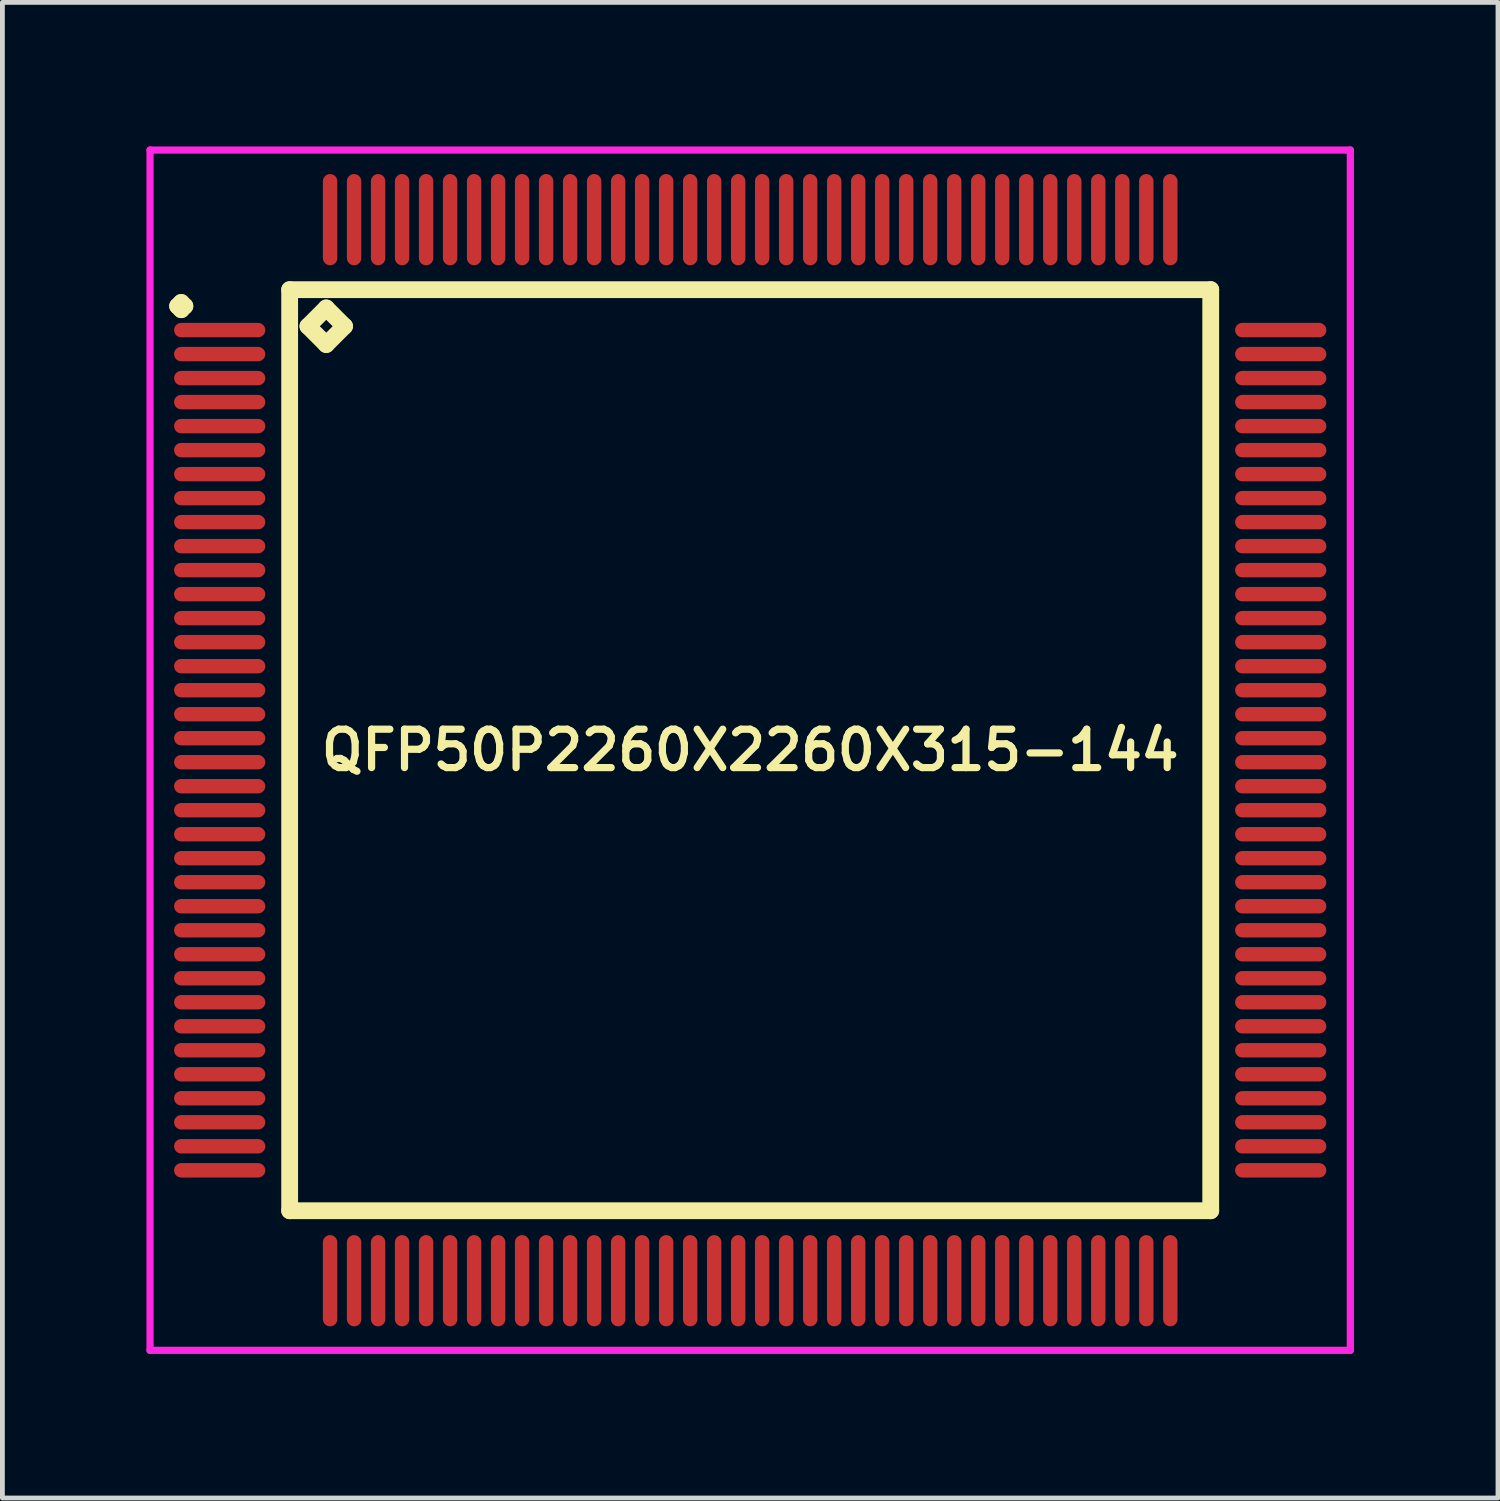
<source format=kicad_pcb>
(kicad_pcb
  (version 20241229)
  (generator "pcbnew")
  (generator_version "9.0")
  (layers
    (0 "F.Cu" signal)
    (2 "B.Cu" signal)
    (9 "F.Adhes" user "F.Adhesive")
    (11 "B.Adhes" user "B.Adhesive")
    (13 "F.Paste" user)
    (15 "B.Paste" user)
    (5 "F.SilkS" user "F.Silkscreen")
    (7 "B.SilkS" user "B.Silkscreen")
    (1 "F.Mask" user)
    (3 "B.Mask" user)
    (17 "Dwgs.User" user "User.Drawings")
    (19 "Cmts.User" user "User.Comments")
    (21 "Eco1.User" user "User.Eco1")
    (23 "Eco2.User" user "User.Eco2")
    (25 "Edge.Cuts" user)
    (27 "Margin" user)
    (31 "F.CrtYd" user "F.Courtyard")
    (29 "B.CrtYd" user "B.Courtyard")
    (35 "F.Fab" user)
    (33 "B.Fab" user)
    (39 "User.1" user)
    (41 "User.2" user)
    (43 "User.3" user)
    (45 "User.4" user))
  (footprint "QFP50P2260X2260X315-144"
    (layer "F.Cu")
    (at 12.575 12.575)
    (property "Reference" "QFP50P2260X2260X315-144" (at 0 0 0) (layer "F.SilkS") (effects (font (size 0.8 0.8) (thickness 0.15))))
    (attr smd)
    (fp_line (start -11.925 -9.25) (end -11.85 -9.325) (stroke (width 0.35) (type solid)) (layer "F.SilkS"))
    (fp_line (start -11.85 -9.325) (end -11.775 -9.25) (stroke (width 0.35) (type solid)) (layer "F.SilkS"))
    (fp_line (start -11.85 -9.175) (end -11.925 -9.25) (stroke (width 0.35) (type solid)) (layer "F.SilkS"))
    (fp_line (start -11.775 -9.25) (end -11.85 -9.175) (stroke (width 0.35) (type solid)) (layer "F.SilkS"))
    (fp_line (start -9.592 -9.592) (end -9.592 9.592) (stroke (width 0.35) (type solid)) (layer "F.SilkS"))
    (fp_line (start -9.592 9.592) (end 9.592 9.592) (stroke (width 0.35) (type solid)) (layer "F.SilkS"))
    (fp_line (start -9.211 -8.83) (end -8.83 -9.211) (stroke (width 0.35) (type solid)) (layer "F.SilkS"))
    (fp_line (start -8.83 -9.211) (end -8.449 -8.83) (stroke (width 0.35) (type solid)) (layer "F.SilkS"))
    (fp_line (start -8.83 -8.449) (end -9.211 -8.83) (stroke (width 0.35) (type solid)) (layer "F.SilkS"))
    (fp_line (start -8.449 -8.83) (end -8.83 -8.449) (stroke (width 0.35) (type solid)) (layer "F.SilkS"))
    (fp_line (start 9.592 -9.592) (end -9.592 -9.592) (stroke (width 0.35) (type solid)) (layer "F.SilkS"))
    (fp_line (start 9.592 9.592) (end 9.592 -9.592) (stroke (width 0.35) (type solid)) (layer "F.SilkS"))
    (fp_line (start -12.5 -12.5) (end 12.5 -12.5) (stroke (width 0.15) (type solid)) (layer "F.CrtYd"))
    (fp_line (start -12.5 12.5) (end -12.5 -12.5) (stroke (width 0.15) (type solid)) (layer "F.CrtYd"))
    (fp_line (start 12.5 -12.5) (end 12.5 12.5) (stroke (width 0.15) (type solid)) (layer "F.CrtYd"))
    (fp_line (start 12.5 12.5) (end -12.5 12.5) (stroke (width 0.15) (type solid)) (layer "F.CrtYd"))
    (pad "1" smd oval (at -11.05 -8.75) (size 1.9 0.3) (layers "F.Cu" "F.Mask" "F.Paste"))
    (pad "2" smd oval (at -11.05 -8.25) (size 1.9 0.3) (layers "F.Cu" "F.Mask" "F.Paste"))
    (pad "3" smd oval (at -11.05 -7.75) (size 1.9 0.3) (layers "F.Cu" "F.Mask" "F.Paste"))
    (pad "4" smd oval (at -11.05 -7.25) (size 1.9 0.3) (layers "F.Cu" "F.Mask" "F.Paste"))
    (pad "5" smd oval (at -11.05 -6.75) (size 1.9 0.3) (layers "F.Cu" "F.Mask" "F.Paste"))
    (pad "6" smd oval (at -11.05 -6.25) (size 1.9 0.3) (layers "F.Cu" "F.Mask" "F.Paste"))
    (pad "7" smd oval (at -11.05 -5.75) (size 1.9 0.3) (layers "F.Cu" "F.Mask" "F.Paste"))
    (pad "8" smd oval (at -11.05 -5.25) (size 1.9 0.3) (layers "F.Cu" "F.Mask" "F.Paste"))
    (pad "9" smd oval (at -11.05 -4.75) (size 1.9 0.3) (layers "F.Cu" "F.Mask" "F.Paste"))
    (pad "10" smd oval (at -11.05 -4.25) (size 1.9 0.3) (layers "F.Cu" "F.Mask" "F.Paste"))
    (pad "11" smd oval (at -11.05 -3.75) (size 1.9 0.3) (layers "F.Cu" "F.Mask" "F.Paste"))
    (pad "12" smd oval (at -11.05 -3.25) (size 1.9 0.3) (layers "F.Cu" "F.Mask" "F.Paste"))
    (pad "13" smd oval (at -11.05 -2.75) (size 1.9 0.3) (layers "F.Cu" "F.Mask" "F.Paste"))
    (pad "14" smd oval (at -11.05 -2.25) (size 1.9 0.3) (layers "F.Cu" "F.Mask" "F.Paste"))
    (pad "15" smd oval (at -11.05 -1.75) (size 1.9 0.3) (layers "F.Cu" "F.Mask" "F.Paste"))
    (pad "16" smd oval (at -11.05 -1.25) (size 1.9 0.3) (layers "F.Cu" "F.Mask" "F.Paste"))
    (pad "17" smd oval (at -11.05 -0.75) (size 1.9 0.3) (layers "F.Cu" "F.Mask" "F.Paste"))
    (pad "18" smd oval (at -11.05 -0.25) (size 1.9 0.3) (layers "F.Cu" "F.Mask" "F.Paste"))
    (pad "19" smd oval (at -11.05 0.25) (size 1.9 0.3) (layers "F.Cu" "F.Mask" "F.Paste"))
    (pad "20" smd oval (at -11.05 0.75) (size 1.9 0.3) (layers "F.Cu" "F.Mask" "F.Paste"))
    (pad "21" smd oval (at -11.05 1.25) (size 1.9 0.3) (layers "F.Cu" "F.Mask" "F.Paste"))
    (pad "22" smd oval (at -11.05 1.75) (size 1.9 0.3) (layers "F.Cu" "F.Mask" "F.Paste"))
    (pad "23" smd oval (at -11.05 2.25) (size 1.9 0.3) (layers "F.Cu" "F.Mask" "F.Paste"))
    (pad "24" smd oval (at -11.05 2.75) (size 1.9 0.3) (layers "F.Cu" "F.Mask" "F.Paste"))
    (pad "25" smd oval (at -11.05 3.25) (size 1.9 0.3) (layers "F.Cu" "F.Mask" "F.Paste"))
    (pad "26" smd oval (at -11.05 3.75) (size 1.9 0.3) (layers "F.Cu" "F.Mask" "F.Paste"))
    (pad "27" smd oval (at -11.05 4.25) (size 1.9 0.3) (layers "F.Cu" "F.Mask" "F.Paste"))
    (pad "28" smd oval (at -11.05 4.75) (size 1.9 0.3) (layers "F.Cu" "F.Mask" "F.Paste"))
    (pad "29" smd oval (at -11.05 5.25) (size 1.9 0.3) (layers "F.Cu" "F.Mask" "F.Paste"))
    (pad "30" smd oval (at -11.05 5.75) (size 1.9 0.3) (layers "F.Cu" "F.Mask" "F.Paste"))
    (pad "31" smd oval (at -11.05 6.25) (size 1.9 0.3) (layers "F.Cu" "F.Mask" "F.Paste"))
    (pad "32" smd oval (at -11.05 6.75) (size 1.9 0.3) (layers "F.Cu" "F.Mask" "F.Paste"))
    (pad "33" smd oval (at -11.05 7.25) (size 1.9 0.3) (layers "F.Cu" "F.Mask" "F.Paste"))
    (pad "34" smd oval (at -11.05 7.75) (size 1.9 0.3) (layers "F.Cu" "F.Mask" "F.Paste"))
    (pad "35" smd oval (at -11.05 8.25) (size 1.9 0.3) (layers "F.Cu" "F.Mask" "F.Paste"))
    (pad "36" smd oval (at -11.05 8.75) (size 1.9 0.3) (layers "F.Cu" "F.Mask" "F.Paste"))
    (pad "37" smd oval (at -8.75 11.05) (size 0.3 1.9) (layers "F.Cu" "F.Mask" "F.Paste"))
    (pad "38" smd oval (at -8.25 11.05) (size 0.3 1.9) (layers "F.Cu" "F.Mask" "F.Paste"))
    (pad "39" smd oval (at -7.75 11.05) (size 0.3 1.9) (layers "F.Cu" "F.Mask" "F.Paste"))
    (pad "40" smd oval (at -7.25 11.05) (size 0.3 1.9) (layers "F.Cu" "F.Mask" "F.Paste"))
    (pad "41" smd oval (at -6.75 11.05) (size 0.3 1.9) (layers "F.Cu" "F.Mask" "F.Paste"))
    (pad "42" smd oval (at -6.25 11.05) (size 0.3 1.9) (layers "F.Cu" "F.Mask" "F.Paste"))
    (pad "43" smd oval (at -5.75 11.05) (size 0.3 1.9) (layers "F.Cu" "F.Mask" "F.Paste"))
    (pad "44" smd oval (at -5.25 11.05) (size 0.3 1.9) (layers "F.Cu" "F.Mask" "F.Paste"))
    (pad "45" smd oval (at -4.75 11.05) (size 0.3 1.9) (layers "F.Cu" "F.Mask" "F.Paste"))
    (pad "46" smd oval (at -4.25 11.05) (size 0.3 1.9) (layers "F.Cu" "F.Mask" "F.Paste"))
    (pad "47" smd oval (at -3.75 11.05) (size 0.3 1.9) (layers "F.Cu" "F.Mask" "F.Paste"))
    (pad "48" smd oval (at -3.25 11.05) (size 0.3 1.9) (layers "F.Cu" "F.Mask" "F.Paste"))
    (pad "49" smd oval (at -2.75 11.05) (size 0.3 1.9) (layers "F.Cu" "F.Mask" "F.Paste"))
    (pad "50" smd oval (at -2.25 11.05) (size 0.3 1.9) (layers "F.Cu" "F.Mask" "F.Paste"))
    (pad "51" smd oval (at -1.75 11.05) (size 0.3 1.9) (layers "F.Cu" "F.Mask" "F.Paste"))
    (pad "52" smd oval (at -1.25 11.05) (size 0.3 1.9) (layers "F.Cu" "F.Mask" "F.Paste"))
    (pad "53" smd oval (at -0.75 11.05) (size 0.3 1.9) (layers "F.Cu" "F.Mask" "F.Paste"))
    (pad "54" smd oval (at -0.25 11.05) (size 0.3 1.9) (layers "F.Cu" "F.Mask" "F.Paste"))
    (pad "55" smd oval (at 0.25 11.05) (size 0.3 1.9) (layers "F.Cu" "F.Mask" "F.Paste"))
    (pad "56" smd oval (at 0.75 11.05) (size 0.3 1.9) (layers "F.Cu" "F.Mask" "F.Paste"))
    (pad "57" smd oval (at 1.25 11.05) (size 0.3 1.9) (layers "F.Cu" "F.Mask" "F.Paste"))
    (pad "58" smd oval (at 1.75 11.05) (size 0.3 1.9) (layers "F.Cu" "F.Mask" "F.Paste"))
    (pad "59" smd oval (at 2.25 11.05) (size 0.3 1.9) (layers "F.Cu" "F.Mask" "F.Paste"))
    (pad "60" smd oval (at 2.75 11.05) (size 0.3 1.9) (layers "F.Cu" "F.Mask" "F.Paste"))
    (pad "61" smd oval (at 3.25 11.05) (size 0.3 1.9) (layers "F.Cu" "F.Mask" "F.Paste"))
    (pad "62" smd oval (at 3.75 11.05) (size 0.3 1.9) (layers "F.Cu" "F.Mask" "F.Paste"))
    (pad "63" smd oval (at 4.25 11.05) (size 0.3 1.9) (layers "F.Cu" "F.Mask" "F.Paste"))
    (pad "64" smd oval (at 4.75 11.05) (size 0.3 1.9) (layers "F.Cu" "F.Mask" "F.Paste"))
    (pad "65" smd oval (at 5.25 11.05) (size 0.3 1.9) (layers "F.Cu" "F.Mask" "F.Paste"))
    (pad "66" smd oval (at 5.75 11.05) (size 0.3 1.9) (layers "F.Cu" "F.Mask" "F.Paste"))
    (pad "67" smd oval (at 6.25 11.05) (size 0.3 1.9) (layers "F.Cu" "F.Mask" "F.Paste"))
    (pad "68" smd oval (at 6.75 11.05) (size 0.3 1.9) (layers "F.Cu" "F.Mask" "F.Paste"))
    (pad "69" smd oval (at 7.25 11.05) (size 0.3 1.9) (layers "F.Cu" "F.Mask" "F.Paste"))
    (pad "70" smd oval (at 7.75 11.05) (size 0.3 1.9) (layers "F.Cu" "F.Mask" "F.Paste"))
    (pad "71" smd oval (at 8.25 11.05) (size 0.3 1.9) (layers "F.Cu" "F.Mask" "F.Paste"))
    (pad "72" smd oval (at 8.75 11.05) (size 0.3 1.9) (layers "F.Cu" "F.Mask" "F.Paste"))
    (pad "73" smd oval (at 11.05 8.75) (size 1.9 0.3) (layers "F.Cu" "F.Mask" "F.Paste"))
    (pad "74" smd oval (at 11.05 8.25) (size 1.9 0.3) (layers "F.Cu" "F.Mask" "F.Paste"))
    (pad "75" smd oval (at 11.05 7.75) (size 1.9 0.3) (layers "F.Cu" "F.Mask" "F.Paste"))
    (pad "76" smd oval (at 11.05 7.25) (size 1.9 0.3) (layers "F.Cu" "F.Mask" "F.Paste"))
    (pad "77" smd oval (at 11.05 6.75) (size 1.9 0.3) (layers "F.Cu" "F.Mask" "F.Paste"))
    (pad "78" smd oval (at 11.05 6.25) (size 1.9 0.3) (layers "F.Cu" "F.Mask" "F.Paste"))
    (pad "79" smd oval (at 11.05 5.75) (size 1.9 0.3) (layers "F.Cu" "F.Mask" "F.Paste"))
    (pad "80" smd oval (at 11.05 5.25) (size 1.9 0.3) (layers "F.Cu" "F.Mask" "F.Paste"))
    (pad "81" smd oval (at 11.05 4.75) (size 1.9 0.3) (layers "F.Cu" "F.Mask" "F.Paste"))
    (pad "82" smd oval (at 11.05 4.25) (size 1.9 0.3) (layers "F.Cu" "F.Mask" "F.Paste"))
    (pad "83" smd oval (at 11.05 3.75) (size 1.9 0.3) (layers "F.Cu" "F.Mask" "F.Paste"))
    (pad "84" smd oval (at 11.05 3.25) (size 1.9 0.3) (layers "F.Cu" "F.Mask" "F.Paste"))
    (pad "85" smd oval (at 11.05 2.75) (size 1.9 0.3) (layers "F.Cu" "F.Mask" "F.Paste"))
    (pad "86" smd oval (at 11.05 2.25) (size 1.9 0.3) (layers "F.Cu" "F.Mask" "F.Paste"))
    (pad "87" smd oval (at 11.05 1.75) (size 1.9 0.3) (layers "F.Cu" "F.Mask" "F.Paste"))
    (pad "88" smd oval (at 11.05 1.25) (size 1.9 0.3) (layers "F.Cu" "F.Mask" "F.Paste"))
    (pad "89" smd oval (at 11.05 0.75) (size 1.9 0.3) (layers "F.Cu" "F.Mask" "F.Paste"))
    (pad "90" smd oval (at 11.05 0.25) (size 1.9 0.3) (layers "F.Cu" "F.Mask" "F.Paste"))
    (pad "91" smd oval (at 11.05 -0.25) (size 1.9 0.3) (layers "F.Cu" "F.Mask" "F.Paste"))
    (pad "92" smd oval (at 11.05 -0.75) (size 1.9 0.3) (layers "F.Cu" "F.Mask" "F.Paste"))
    (pad "93" smd oval (at 11.05 -1.25) (size 1.9 0.3) (layers "F.Cu" "F.Mask" "F.Paste"))
    (pad "94" smd oval (at 11.05 -1.75) (size 1.9 0.3) (layers "F.Cu" "F.Mask" "F.Paste"))
    (pad "95" smd oval (at 11.05 -2.25) (size 1.9 0.3) (layers "F.Cu" "F.Mask" "F.Paste"))
    (pad "96" smd oval (at 11.05 -2.75) (size 1.9 0.3) (layers "F.Cu" "F.Mask" "F.Paste"))
    (pad "97" smd oval (at 11.05 -3.25) (size 1.9 0.3) (layers "F.Cu" "F.Mask" "F.Paste"))
    (pad "98" smd oval (at 11.05 -3.75) (size 1.9 0.3) (layers "F.Cu" "F.Mask" "F.Paste"))
    (pad "99" smd oval (at 11.05 -4.25) (size 1.9 0.3) (layers "F.Cu" "F.Mask" "F.Paste"))
    (pad "100" smd oval (at 11.05 -4.75) (size 1.9 0.3) (layers "F.Cu" "F.Mask" "F.Paste"))
    (pad "101" smd oval (at 11.05 -5.25) (size 1.9 0.3) (layers "F.Cu" "F.Mask" "F.Paste"))
    (pad "102" smd oval (at 11.05 -5.75) (size 1.9 0.3) (layers "F.Cu" "F.Mask" "F.Paste"))
    (pad "103" smd oval (at 11.05 -6.25) (size 1.9 0.3) (layers "F.Cu" "F.Mask" "F.Paste"))
    (pad "104" smd oval (at 11.05 -6.75) (size 1.9 0.3) (layers "F.Cu" "F.Mask" "F.Paste"))
    (pad "105" smd oval (at 11.05 -7.25) (size 1.9 0.3) (layers "F.Cu" "F.Mask" "F.Paste"))
    (pad "106" smd oval (at 11.05 -7.75) (size 1.9 0.3) (layers "F.Cu" "F.Mask" "F.Paste"))
    (pad "107" smd oval (at 11.05 -8.25) (size 1.9 0.3) (layers "F.Cu" "F.Mask" "F.Paste"))
    (pad "108" smd oval (at 11.05 -8.75) (size 1.9 0.3) (layers "F.Cu" "F.Mask" "F.Paste"))
    (pad "109" smd oval (at 8.75 -11.05) (size 0.3 1.9) (layers "F.Cu" "F.Mask" "F.Paste"))
    (pad "110" smd oval (at 8.25 -11.05) (size 0.3 1.9) (layers "F.Cu" "F.Mask" "F.Paste"))
    (pad "111" smd oval (at 7.75 -11.05) (size 0.3 1.9) (layers "F.Cu" "F.Mask" "F.Paste"))
    (pad "112" smd oval (at 7.25 -11.05) (size 0.3 1.9) (layers "F.Cu" "F.Mask" "F.Paste"))
    (pad "113" smd oval (at 6.75 -11.05) (size 0.3 1.9) (layers "F.Cu" "F.Mask" "F.Paste"))
    (pad "114" smd oval (at 6.25 -11.05) (size 0.3 1.9) (layers "F.Cu" "F.Mask" "F.Paste"))
    (pad "115" smd oval (at 5.75 -11.05) (size 0.3 1.9) (layers "F.Cu" "F.Mask" "F.Paste"))
    (pad "116" smd oval (at 5.25 -11.05) (size 0.3 1.9) (layers "F.Cu" "F.Mask" "F.Paste"))
    (pad "117" smd oval (at 4.75 -11.05) (size 0.3 1.9) (layers "F.Cu" "F.Mask" "F.Paste"))
    (pad "118" smd oval (at 4.25 -11.05) (size 0.3 1.9) (layers "F.Cu" "F.Mask" "F.Paste"))
    (pad "119" smd oval (at 3.75 -11.05) (size 0.3 1.9) (layers "F.Cu" "F.Mask" "F.Paste"))
    (pad "120" smd oval (at 3.25 -11.05) (size 0.3 1.9) (layers "F.Cu" "F.Mask" "F.Paste"))
    (pad "121" smd oval (at 2.75 -11.05) (size 0.3 1.9) (layers "F.Cu" "F.Mask" "F.Paste"))
    (pad "122" smd oval (at 2.25 -11.05) (size 0.3 1.9) (layers "F.Cu" "F.Mask" "F.Paste"))
    (pad "123" smd oval (at 1.75 -11.05) (size 0.3 1.9) (layers "F.Cu" "F.Mask" "F.Paste"))
    (pad "124" smd oval (at 1.25 -11.05) (size 0.3 1.9) (layers "F.Cu" "F.Mask" "F.Paste"))
    (pad "125" smd oval (at 0.75 -11.05) (size 0.3 1.9) (layers "F.Cu" "F.Mask" "F.Paste"))
    (pad "126" smd oval (at 0.25 -11.05) (size 0.3 1.9) (layers "F.Cu" "F.Mask" "F.Paste"))
    (pad "127" smd oval (at -0.25 -11.05) (size 0.3 1.9) (layers "F.Cu" "F.Mask" "F.Paste"))
    (pad "128" smd oval (at -0.75 -11.05) (size 0.3 1.9) (layers "F.Cu" "F.Mask" "F.Paste"))
    (pad "129" smd oval (at -1.25 -11.05) (size 0.3 1.9) (layers "F.Cu" "F.Mask" "F.Paste"))
    (pad "130" smd oval (at -1.75 -11.05) (size 0.3 1.9) (layers "F.Cu" "F.Mask" "F.Paste"))
    (pad "131" smd oval (at -2.25 -11.05) (size 0.3 1.9) (layers "F.Cu" "F.Mask" "F.Paste"))
    (pad "132" smd oval (at -2.75 -11.05) (size 0.3 1.9) (layers "F.Cu" "F.Mask" "F.Paste"))
    (pad "133" smd oval (at -3.25 -11.05) (size 0.3 1.9) (layers "F.Cu" "F.Mask" "F.Paste"))
    (pad "134" smd oval (at -3.75 -11.05) (size 0.3 1.9) (layers "F.Cu" "F.Mask" "F.Paste"))
    (pad "135" smd oval (at -4.25 -11.05) (size 0.3 1.9) (layers "F.Cu" "F.Mask" "F.Paste"))
    (pad "136" smd oval (at -4.75 -11.05) (size 0.3 1.9) (layers "F.Cu" "F.Mask" "F.Paste"))
    (pad "137" smd oval (at -5.25 -11.05) (size 0.3 1.9) (layers "F.Cu" "F.Mask" "F.Paste"))
    (pad "138" smd oval (at -5.75 -11.05) (size 0.3 1.9) (layers "F.Cu" "F.Mask" "F.Paste"))
    (pad "139" smd oval (at -6.25 -11.05) (size 0.3 1.9) (layers "F.Cu" "F.Mask" "F.Paste"))
    (pad "140" smd oval (at -6.75 -11.05) (size 0.3 1.9) (layers "F.Cu" "F.Mask" "F.Paste"))
    (pad "141" smd oval (at -7.25 -11.05) (size 0.3 1.9) (layers "F.Cu" "F.Mask" "F.Paste"))
    (pad "142" smd oval (at -7.75 -11.05) (size 0.3 1.9) (layers "F.Cu" "F.Mask" "F.Paste"))
    (pad "143" smd oval (at -8.25 -11.05) (size 0.3 1.9) (layers "F.Cu" "F.Mask" "F.Paste"))
    (pad "144" smd oval (at -8.75 -11.05) (size 0.3 1.9) (layers "F.Cu" "F.Mask" "F.Paste")))
  (gr_rect
    (start -3 -3)
    (end 28.15 28.15)
    (stroke (width 0.1) (type default))
    (fill no)
    (layer "Edge.Cuts")))
</source>
